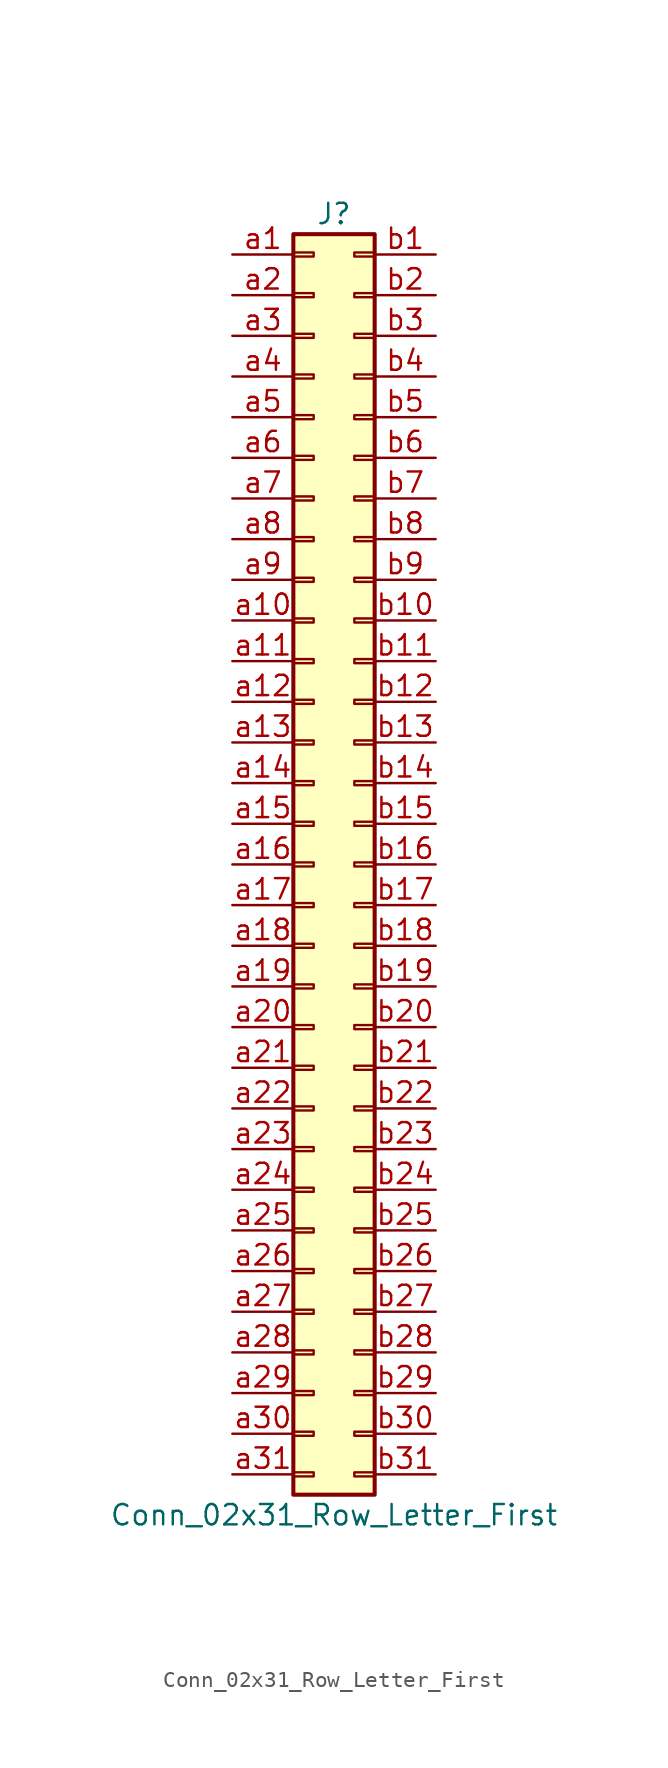
<source format=kicad_sym>
(kicad_symbol_lib
  (version 20201005)
  (generator kicad_symbol_editor)
  (symbol "Conn_02x31_Row_Letter_First"
    (pin_names
      (offset 1.016) hide)
    (property "Reference" "J"
      (at 1.27 40.64 0)
      (effects (font (size 1.27 1.27))))
    (property "Value" "Conn_02x31_Row_Letter_First"
      (at 1.27 -40.64 0)
      (effects (font (size 1.27 1.27))))
    (symbol "Conn_02x31_Row_Letter_First_1_1"
      (rectangle (start -1.27 -37.973) (end 0 -38.227) (stroke (width 0.152)) (fill (type none)))
      (rectangle (start -1.27 -35.433) (end 0 -35.687) (stroke (width 0.152)) (fill (type none)))
      (rectangle (start -1.27 -32.893) (end 0 -33.147) (stroke (width 0.152)) (fill (type none)))
      (rectangle (start -1.27 -30.353) (end 0 -30.607) (stroke (width 0.152)) (fill (type none)))
      (rectangle (start -1.27 -27.813) (end 0 -28.067) (stroke (width 0.152)) (fill (type none)))
      (rectangle (start -1.27 -25.273) (end 0 -25.527) (stroke (width 0.152)) (fill (type none)))
      (rectangle (start -1.27 -22.733) (end 0 -22.987) (stroke (width 0.152)) (fill (type none)))
      (rectangle (start -1.27 -20.193) (end 0 -20.447) (stroke (width 0.152)) (fill (type none)))
      (rectangle (start -1.27 -17.653) (end 0 -17.907) (stroke (width 0.152)) (fill (type none)))
      (rectangle (start -1.27 -15.113) (end 0 -15.367) (stroke (width 0.152)) (fill (type none)))
      (rectangle (start -1.27 -12.573) (end 0 -12.827) (stroke (width 0.152)) (fill (type none)))
      (rectangle (start -1.27 -10.033) (end 0 -10.287) (stroke (width 0.152)) (fill (type none)))
      (rectangle (start -1.27 -7.493) (end 0 -7.747) (stroke (width 0.152)) (fill (type none)))
      (rectangle (start -1.27 -4.953) (end 0 -5.207) (stroke (width 0.152)) (fill (type none)))
      (rectangle (start -1.27 -2.413) (end 0 -2.667) (stroke (width 0.152)) (fill (type none)))
      (rectangle (start -1.27 0.127) (end 0 -0.127) (stroke (width 0.152)) (fill (type none)))
      (rectangle (start -1.27 2.667) (end 0 2.413) (stroke (width 0.152)) (fill (type none)))
      (rectangle (start -1.27 5.207) (end 0 4.953) (stroke (width 0.152)) (fill (type none)))
      (rectangle (start -1.27 7.747) (end 0 7.493) (stroke (width 0.152)) (fill (type none)))
      (rectangle (start -1.27 10.287) (end 0 10.033) (stroke (width 0.152)) (fill (type none)))
      (rectangle (start -1.27 12.827) (end 0 12.573) (stroke (width 0.152)) (fill (type none)))
      (rectangle (start -1.27 15.367) (end 0 15.113) (stroke (width 0.152)) (fill (type none)))
      (rectangle (start -1.27 17.907) (end 0 17.653) (stroke (width 0.152)) (fill (type none)))
      (rectangle (start -1.27 20.447) (end 0 20.193) (stroke (width 0.152)) (fill (type none)))
      (rectangle (start -1.27 22.987) (end 0 22.733) (stroke (width 0.152)) (fill (type none)))
      (rectangle (start -1.27 25.527) (end 0 25.273) (stroke (width 0.152)) (fill (type none)))
      (rectangle (start -1.27 28.067) (end 0 27.813) (stroke (width 0.152)) (fill (type none)))
      (rectangle (start -1.27 30.607) (end 0 30.353) (stroke (width 0.152)) (fill (type none)))
      (rectangle (start -1.27 33.147) (end 0 32.893) (stroke (width 0.152)) (fill (type none)))
      (rectangle (start -1.27 35.687) (end 0 35.433) (stroke (width 0.152)) (fill (type none)))
      (rectangle (start -1.27 38.227) (end 0 37.973) (stroke (width 0.152)) (fill (type none)))
      (rectangle (start -1.27 39.37) (end 3.81 -39.37) (stroke (width 0.254)) (fill (type background)))
      (rectangle (start 3.81 -37.973) (end 2.54 -38.227) (stroke (width 0.152)) (fill (type none)))
      (rectangle (start 3.81 -35.433) (end 2.54 -35.687) (stroke (width 0.152)) (fill (type none)))
      (rectangle (start 3.81 -32.893) (end 2.54 -33.147) (stroke (width 0.152)) (fill (type none)))
      (rectangle (start 3.81 -30.353) (end 2.54 -30.607) (stroke (width 0.152)) (fill (type none)))
      (rectangle (start 3.81 -27.813) (end 2.54 -28.067) (stroke (width 0.152)) (fill (type none)))
      (rectangle (start 3.81 -25.273) (end 2.54 -25.527) (stroke (width 0.152)) (fill (type none)))
      (rectangle (start 3.81 -22.733) (end 2.54 -22.987) (stroke (width 0.152)) (fill (type none)))
      (rectangle (start 3.81 -20.193) (end 2.54 -20.447) (stroke (width 0.152)) (fill (type none)))
      (rectangle (start 3.81 -17.653) (end 2.54 -17.907) (stroke (width 0.152)) (fill (type none)))
      (rectangle (start 3.81 -15.113) (end 2.54 -15.367) (stroke (width 0.152)) (fill (type none)))
      (rectangle (start 3.81 -12.573) (end 2.54 -12.827) (stroke (width 0.152)) (fill (type none)))
      (rectangle (start 3.81 -10.033) (end 2.54 -10.287) (stroke (width 0.152)) (fill (type none)))
      (rectangle (start 3.81 -7.493) (end 2.54 -7.747) (stroke (width 0.152)) (fill (type none)))
      (rectangle (start 3.81 -4.953) (end 2.54 -5.207) (stroke (width 0.152)) (fill (type none)))
      (rectangle (start 3.81 -2.413) (end 2.54 -2.667) (stroke (width 0.152)) (fill (type none)))
      (rectangle (start 3.81 0.127) (end 2.54 -0.127) (stroke (width 0.152)) (fill (type none)))
      (rectangle (start 3.81 2.667) (end 2.54 2.413) (stroke (width 0.152)) (fill (type none)))
      (rectangle (start 3.81 5.207) (end 2.54 4.953) (stroke (width 0.152)) (fill (type none)))
      (rectangle (start 3.81 7.747) (end 2.54 7.493) (stroke (width 0.152)) (fill (type none)))
      (rectangle (start 3.81 10.287) (end 2.54 10.033) (stroke (width 0.152)) (fill (type none)))
      (rectangle (start 3.81 12.827) (end 2.54 12.573) (stroke (width 0.152)) (fill (type none)))
      (rectangle (start 3.81 15.367) (end 2.54 15.113) (stroke (width 0.152)) (fill (type none)))
      (rectangle (start 3.81 17.907) (end 2.54 17.653) (stroke (width 0.152)) (fill (type none)))
      (rectangle (start 3.81 20.447) (end 2.54 20.193) (stroke (width 0.152)) (fill (type none)))
      (rectangle (start 3.81 22.987) (end 2.54 22.733) (stroke (width 0.152)) (fill (type none)))
      (rectangle (start 3.81 25.527) (end 2.54 25.273) (stroke (width 0.152)) (fill (type none)))
      (rectangle (start 3.81 28.067) (end 2.54 27.813) (stroke (width 0.152)) (fill (type none)))
      (rectangle (start 3.81 30.607) (end 2.54 30.353) (stroke (width 0.152)) (fill (type none)))
      (rectangle (start 3.81 33.147) (end 2.54 32.893) (stroke (width 0.152)) (fill (type none)))
      (rectangle (start 3.81 35.687) (end 2.54 35.433) (stroke (width 0.152)) (fill (type none)))
      (rectangle (start 3.81 38.227) (end 2.54 37.973) (stroke (width 0.152)) (fill (type none)))
      (pin passive line (at -5.08 38.1 0) (length 3.81) (name "Pin_a1" (effects (font (size 1.27 1.27)))) (number "a1" (effects (font (size 1.27 1.27)))))
      (pin passive line (at -5.08 15.24 0) (length 3.81) (name "Pin_a10" (effects (font (size 1.27 1.27)))) (number "a10" (effects (font (size 1.27 1.27)))))
      (pin passive line (at -5.08 12.7 0) (length 3.81) (name "Pin_a11" (effects (font (size 1.27 1.27)))) (number "a11" (effects (font (size 1.27 1.27)))))
      (pin passive line (at -5.08 10.16 0) (length 3.81) (name "Pin_a12" (effects (font (size 1.27 1.27)))) (number "a12" (effects (font (size 1.27 1.27)))))
      (pin passive line (at -5.08 7.62 0) (length 3.81) (name "Pin_a13" (effects (font (size 1.27 1.27)))) (number "a13" (effects (font (size 1.27 1.27)))))
      (pin passive line (at -5.08 5.08 0) (length 3.81) (name "Pin_a14" (effects (font (size 1.27 1.27)))) (number "a14" (effects (font (size 1.27 1.27)))))
      (pin passive line (at -5.08 2.54 0) (length 3.81) (name "Pin_a15" (effects (font (size 1.27 1.27)))) (number "a15" (effects (font (size 1.27 1.27)))))
      (pin passive line (at -5.08 0 0) (length 3.81) (name "Pin_a16" (effects (font (size 1.27 1.27)))) (number "a16" (effects (font (size 1.27 1.27)))))
      (pin passive line (at -5.08 -2.54 0) (length 3.81) (name "Pin_a17" (effects (font (size 1.27 1.27)))) (number "a17" (effects (font (size 1.27 1.27)))))
      (pin passive line (at -5.08 -5.08 0) (length 3.81) (name "Pin_a18" (effects (font (size 1.27 1.27)))) (number "a18" (effects (font (size 1.27 1.27)))))
      (pin passive line (at -5.08 -7.62 0) (length 3.81) (name "Pin_a19" (effects (font (size 1.27 1.27)))) (number "a19" (effects (font (size 1.27 1.27)))))
      (pin passive line (at -5.08 35.56 0) (length 3.81) (name "Pin_a2" (effects (font (size 1.27 1.27)))) (number "a2" (effects (font (size 1.27 1.27)))))
      (pin passive line (at -5.08 -10.16 0) (length 3.81) (name "Pin_a20" (effects (font (size 1.27 1.27)))) (number "a20" (effects (font (size 1.27 1.27)))))
      (pin passive line (at -5.08 -12.7 0) (length 3.81) (name "Pin_a21" (effects (font (size 1.27 1.27)))) (number "a21" (effects (font (size 1.27 1.27)))))
      (pin passive line (at -5.08 -15.24 0) (length 3.81) (name "Pin_a22" (effects (font (size 1.27 1.27)))) (number "a22" (effects (font (size 1.27 1.27)))))
      (pin passive line (at -5.08 -17.78 0) (length 3.81) (name "Pin_a23" (effects (font (size 1.27 1.27)))) (number "a23" (effects (font (size 1.27 1.27)))))
      (pin passive line (at -5.08 -20.32 0) (length 3.81) (name "Pin_a24" (effects (font (size 1.27 1.27)))) (number "a24" (effects (font (size 1.27 1.27)))))
      (pin passive line (at -5.08 -22.86 0) (length 3.81) (name "Pin_a25" (effects (font (size 1.27 1.27)))) (number "a25" (effects (font (size 1.27 1.27)))))
      (pin passive line (at -5.08 -25.4 0) (length 3.81) (name "Pin_a26" (effects (font (size 1.27 1.27)))) (number "a26" (effects (font (size 1.27 1.27)))))
      (pin passive line (at -5.08 -27.94 0) (length 3.81) (name "Pin_a27" (effects (font (size 1.27 1.27)))) (number "a27" (effects (font (size 1.27 1.27)))))
      (pin passive line (at -5.08 -30.48 0) (length 3.81) (name "Pin_a28" (effects (font (size 1.27 1.27)))) (number "a28" (effects (font (size 1.27 1.27)))))
      (pin passive line (at -5.08 -33.02 0) (length 3.81) (name "Pin_a29" (effects (font (size 1.27 1.27)))) (number "a29" (effects (font (size 1.27 1.27)))))
      (pin passive line (at -5.08 33.02 0) (length 3.81) (name "Pin_a3" (effects (font (size 1.27 1.27)))) (number "a3" (effects (font (size 1.27 1.27)))))
      (pin passive line (at -5.08 -35.56 0) (length 3.81) (name "Pin_a30" (effects (font (size 1.27 1.27)))) (number "a30" (effects (font (size 1.27 1.27)))))
      (pin passive line (at -5.08 -38.1 0) (length 3.81) (name "Pin_a31" (effects (font (size 1.27 1.27)))) (number "a31" (effects (font (size 1.27 1.27)))))
      (pin passive line (at -5.08 30.48 0) (length 3.81) (name "Pin_a4" (effects (font (size 1.27 1.27)))) (number "a4" (effects (font (size 1.27 1.27)))))
      (pin passive line (at -5.08 27.94 0) (length 3.81) (name "Pin_a5" (effects (font (size 1.27 1.27)))) (number "a5" (effects (font (size 1.27 1.27)))))
      (pin passive line (at -5.08 25.4 0) (length 3.81) (name "Pin_a6" (effects (font (size 1.27 1.27)))) (number "a6" (effects (font (size 1.27 1.27)))))
      (pin passive line (at -5.08 22.86 0) (length 3.81) (name "Pin_a7" (effects (font (size 1.27 1.27)))) (number "a7" (effects (font (size 1.27 1.27)))))
      (pin passive line (at -5.08 20.32 0) (length 3.81) (name "Pin_a8" (effects (font (size 1.27 1.27)))) (number "a8" (effects (font (size 1.27 1.27)))))
      (pin passive line (at -5.08 17.78 0) (length 3.81) (name "Pin_a9" (effects (font (size 1.27 1.27)))) (number "a9" (effects (font (size 1.27 1.27)))))
      (pin passive line (at 7.62 38.1 180) (length 3.81) (name "Pin_b1" (effects (font (size 1.27 1.27)))) (number "b1" (effects (font (size 1.27 1.27)))))
      (pin passive line (at 7.62 15.24 180) (length 3.81) (name "Pin_b10" (effects (font (size 1.27 1.27)))) (number "b10" (effects (font (size 1.27 1.27)))))
      (pin passive line (at 7.62 12.7 180) (length 3.81) (name "Pin_b11" (effects (font (size 1.27 1.27)))) (number "b11" (effects (font (size 1.27 1.27)))))
      (pin passive line (at 7.62 10.16 180) (length 3.81) (name "Pin_b12" (effects (font (size 1.27 1.27)))) (number "b12" (effects (font (size 1.27 1.27)))))
      (pin passive line (at 7.62 7.62 180) (length 3.81) (name "Pin_b13" (effects (font (size 1.27 1.27)))) (number "b13" (effects (font (size 1.27 1.27)))))
      (pin passive line (at 7.62 5.08 180) (length 3.81) (name "Pin_b14" (effects (font (size 1.27 1.27)))) (number "b14" (effects (font (size 1.27 1.27)))))
      (pin passive line (at 7.62 2.54 180) (length 3.81) (name "Pin_b15" (effects (font (size 1.27 1.27)))) (number "b15" (effects (font (size 1.27 1.27)))))
      (pin passive line (at 7.62 0 180) (length 3.81) (name "Pin_b16" (effects (font (size 1.27 1.27)))) (number "b16" (effects (font (size 1.27 1.27)))))
      (pin passive line (at 7.62 -2.54 180) (length 3.81) (name "Pin_b17" (effects (font (size 1.27 1.27)))) (number "b17" (effects (font (size 1.27 1.27)))))
      (pin passive line (at 7.62 -5.08 180) (length 3.81) (name "Pin_b18" (effects (font (size 1.27 1.27)))) (number "b18" (effects (font (size 1.27 1.27)))))
      (pin passive line (at 7.62 -7.62 180) (length 3.81) (name "Pin_b19" (effects (font (size 1.27 1.27)))) (number "b19" (effects (font (size 1.27 1.27)))))
      (pin passive line (at 7.62 35.56 180) (length 3.81) (name "Pin_b2" (effects (font (size 1.27 1.27)))) (number "b2" (effects (font (size 1.27 1.27)))))
      (pin passive line (at 7.62 -10.16 180) (length 3.81) (name "Pin_b20" (effects (font (size 1.27 1.27)))) (number "b20" (effects (font (size 1.27 1.27)))))
      (pin passive line (at 7.62 -12.7 180) (length 3.81) (name "Pin_b21" (effects (font (size 1.27 1.27)))) (number "b21" (effects (font (size 1.27 1.27)))))
      (pin passive line (at 7.62 -15.24 180) (length 3.81) (name "Pin_b22" (effects (font (size 1.27 1.27)))) (number "b22" (effects (font (size 1.27 1.27)))))
      (pin passive line (at 7.62 -17.78 180) (length 3.81) (name "Pin_b23" (effects (font (size 1.27 1.27)))) (number "b23" (effects (font (size 1.27 1.27)))))
      (pin passive line (at 7.62 -20.32 180) (length 3.81) (name "Pin_b24" (effects (font (size 1.27 1.27)))) (number "b24" (effects (font (size 1.27 1.27)))))
      (pin passive line (at 7.62 -22.86 180) (length 3.81) (name "Pin_b25" (effects (font (size 1.27 1.27)))) (number "b25" (effects (font (size 1.27 1.27)))))
      (pin passive line (at 7.62 -25.4 180) (length 3.81) (name "Pin_b26" (effects (font (size 1.27 1.27)))) (number "b26" (effects (font (size 1.27 1.27)))))
      (pin passive line (at 7.62 -27.94 180) (length 3.81) (name "Pin_b27" (effects (font (size 1.27 1.27)))) (number "b27" (effects (font (size 1.27 1.27)))))
      (pin passive line (at 7.62 -30.48 180) (length 3.81) (name "Pin_b28" (effects (font (size 1.27 1.27)))) (number "b28" (effects (font (size 1.27 1.27)))))
      (pin passive line (at 7.62 -33.02 180) (length 3.81) (name "Pin_b29" (effects (font (size 1.27 1.27)))) (number "b29" (effects (font (size 1.27 1.27)))))
      (pin passive line (at 7.62 33.02 180) (length 3.81) (name "Pin_b3" (effects (font (size 1.27 1.27)))) (number "b3" (effects (font (size 1.27 1.27)))))
      (pin passive line (at 7.62 -35.56 180) (length 3.81) (name "Pin_b30" (effects (font (size 1.27 1.27)))) (number "b30" (effects (font (size 1.27 1.27)))))
      (pin passive line (at 7.62 -38.1 180) (length 3.81) (name "Pin_b31" (effects (font (size 1.27 1.27)))) (number "b31" (effects (font (size 1.27 1.27)))))
      (pin passive line (at 7.62 30.48 180) (length 3.81) (name "Pin_b4" (effects (font (size 1.27 1.27)))) (number "b4" (effects (font (size 1.27 1.27)))))
      (pin passive line (at 7.62 27.94 180) (length 3.81) (name "Pin_b5" (effects (font (size 1.27 1.27)))) (number "b5" (effects (font (size 1.27 1.27)))))
      (pin passive line (at 7.62 25.4 180) (length 3.81) (name "Pin_b6" (effects (font (size 1.27 1.27)))) (number "b6" (effects (font (size 1.27 1.27)))))
      (pin passive line (at 7.62 22.86 180) (length 3.81) (name "Pin_b7" (effects (font (size 1.27 1.27)))) (number "b7" (effects (font (size 1.27 1.27)))))
      (pin passive line (at 7.62 20.32 180) (length 3.81) (name "Pin_b8" (effects (font (size 1.27 1.27)))) (number "b8" (effects (font (size 1.27 1.27)))))
      (pin passive line (at 7.62 17.78 180) (length 3.81) (name "Pin_b9" (effects (font (size 1.27 1.27)))) (number "b9" (effects (font (size 1.27 1.27))))))))
</source>
